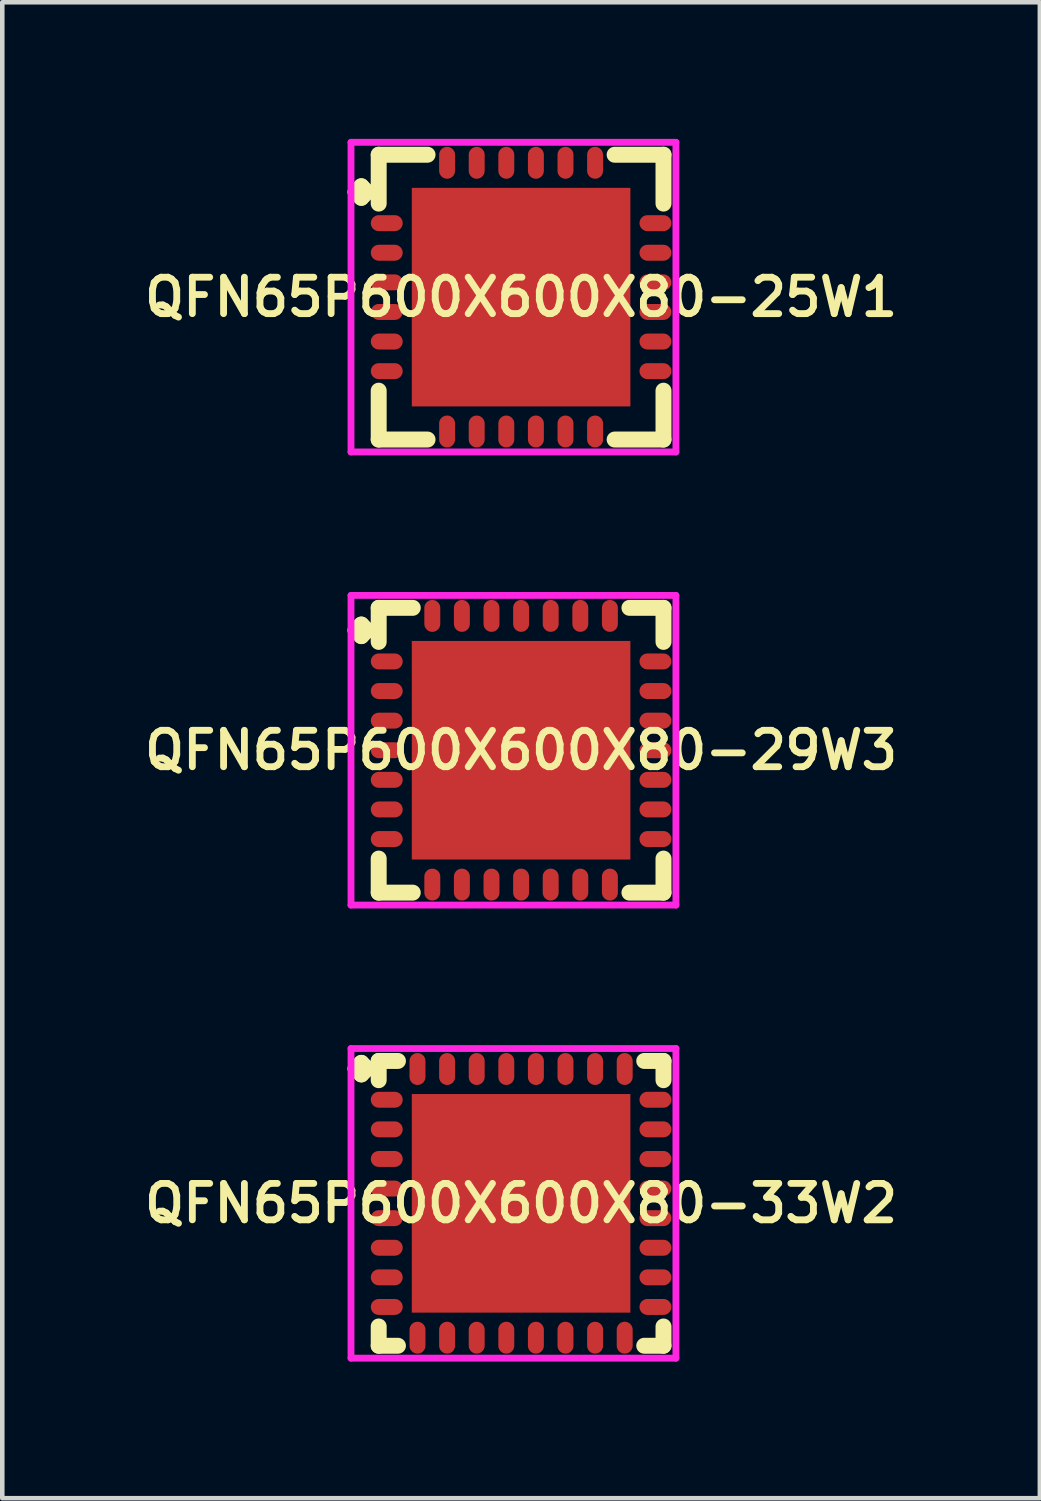
<source format=kicad_pcb>
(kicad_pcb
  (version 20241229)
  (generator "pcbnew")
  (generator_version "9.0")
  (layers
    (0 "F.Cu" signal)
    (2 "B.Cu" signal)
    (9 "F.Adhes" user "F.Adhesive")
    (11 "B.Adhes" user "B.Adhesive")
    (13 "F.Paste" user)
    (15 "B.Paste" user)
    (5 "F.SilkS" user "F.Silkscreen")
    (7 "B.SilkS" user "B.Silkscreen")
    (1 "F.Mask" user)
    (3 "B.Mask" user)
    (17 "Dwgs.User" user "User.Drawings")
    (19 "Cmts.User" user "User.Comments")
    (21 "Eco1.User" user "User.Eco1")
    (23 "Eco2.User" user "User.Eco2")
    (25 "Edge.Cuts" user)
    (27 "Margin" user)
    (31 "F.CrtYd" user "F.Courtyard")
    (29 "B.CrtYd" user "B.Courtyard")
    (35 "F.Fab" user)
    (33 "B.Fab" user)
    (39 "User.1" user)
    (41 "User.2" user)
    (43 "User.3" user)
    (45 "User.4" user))
  (footprint "QFN65P600X600X80-29W3"
    (layer "F.Cu")
    (at 8.393 13.425)
    (property "Reference" "QFN65P600X600X80-29W3" (at 0 0 0) (layer "F.SilkS") (effects (font (size 0.8 0.8) (thickness 0.15))))
    (attr smd)
    (fp_line (start -3.635 -2.633) (end -3.508 -2.76) (stroke (width 0.35) (type solid)) (layer "F.SilkS"))
    (fp_line (start -3.508 -2.76) (end -3.381 -2.633) (stroke (width 0.35) (type solid)) (layer "F.SilkS"))
    (fp_line (start -3.508 -2.506) (end -3.635 -2.633) (stroke (width 0.35) (type solid)) (layer "F.SilkS"))
    (fp_line (start -3.381 -2.633) (end -3.508 -2.506) (stroke (width 0.35) (type solid)) (layer "F.SilkS"))
    (fp_line (start -3.127 -3.127) (end -2.379 -3.127) (stroke (width 0.35) (type solid)) (layer "F.SilkS"))
    (fp_line (start -3.127 -2.379) (end -3.127 -3.127) (stroke (width 0.35) (type solid)) (layer "F.SilkS"))
    (fp_line (start -3.127 2.379) (end -3.127 3.127) (stroke (width 0.35) (type solid)) (layer "F.SilkS"))
    (fp_line (start -3.127 3.127) (end -2.379 3.127) (stroke (width 0.35) (type solid)) (layer "F.SilkS"))
    (fp_line (start 2.379 -3.127) (end 3.127 -3.127) (stroke (width 0.35) (type solid)) (layer "F.SilkS"))
    (fp_line (start 2.379 3.127) (end 3.127 3.127) (stroke (width 0.35) (type solid)) (layer "F.SilkS"))
    (fp_line (start 3.127 -3.127) (end 3.127 -2.379) (stroke (width 0.35) (type solid)) (layer "F.SilkS"))
    (fp_line (start 3.127 3.127) (end 3.127 2.379) (stroke (width 0.35) (type solid)) (layer "F.SilkS"))
    (fp_line (start -3.735 -3.4) (end 3.4 -3.4) (stroke (width 0.15) (type solid)) (layer "F.CrtYd"))
    (fp_line (start -3.735 3.4) (end -3.735 -3.4) (stroke (width 0.15) (type solid)) (layer "F.CrtYd"))
    (fp_line (start 3.4 -3.4) (end 3.4 3.4) (stroke (width 0.15) (type solid)) (layer "F.CrtYd"))
    (fp_line (start 3.4 3.4) (end -3.735 3.4) (stroke (width 0.15) (type solid)) (layer "F.CrtYd"))
    (pad "1" smd oval (at -2.95 -1.95) (size 0.7 0.35) (layers "F.Cu" "F.Mask" "F.Paste"))
    (pad "2" smd oval (at -2.95 -1.3) (size 0.7 0.35) (layers "F.Cu" "F.Mask" "F.Paste"))
    (pad "3" smd oval (at -2.95 -0.65) (size 0.7 0.35) (layers "F.Cu" "F.Mask" "F.Paste"))
    (pad "4" smd oval (at -2.95 0) (size 0.7 0.35) (layers "F.Cu" "F.Mask" "F.Paste"))
    (pad "5" smd oval (at -2.95 0.65) (size 0.7 0.35) (layers "F.Cu" "F.Mask" "F.Paste"))
    (pad "6" smd oval (at -2.95 1.3) (size 0.7 0.35) (layers "F.Cu" "F.Mask" "F.Paste"))
    (pad "7" smd oval (at -2.95 1.95) (size 0.7 0.35) (layers "F.Cu" "F.Mask" "F.Paste"))
    (pad "8" smd oval (at -1.95 2.95) (size 0.35 0.7) (layers "F.Cu" "F.Mask" "F.Paste"))
    (pad "9" smd oval (at -1.3 2.95) (size 0.35 0.7) (layers "F.Cu" "F.Mask" "F.Paste"))
    (pad "10" smd oval (at -0.65 2.95) (size 0.35 0.7) (layers "F.Cu" "F.Mask" "F.Paste"))
    (pad "11" smd oval (at 0 2.95) (size 0.35 0.7) (layers "F.Cu" "F.Mask" "F.Paste"))
    (pad "12" smd oval (at 0.65 2.95) (size 0.35 0.7) (layers "F.Cu" "F.Mask" "F.Paste"))
    (pad "13" smd oval (at 1.3 2.95) (size 0.35 0.7) (layers "F.Cu" "F.Mask" "F.Paste"))
    (pad "14" smd oval (at 1.95 2.95) (size 0.35 0.7) (layers "F.Cu" "F.Mask" "F.Paste"))
    (pad "15" smd oval (at 2.95 1.95) (size 0.7 0.35) (layers "F.Cu" "F.Mask" "F.Paste"))
    (pad "16" smd oval (at 2.95 1.3) (size 0.7 0.35) (layers "F.Cu" "F.Mask" "F.Paste"))
    (pad "17" smd oval (at 2.95 0.65) (size 0.7 0.35) (layers "F.Cu" "F.Mask" "F.Paste"))
    (pad "18" smd oval (at 2.95 0) (size 0.7 0.35) (layers "F.Cu" "F.Mask" "F.Paste"))
    (pad "19" smd oval (at 2.95 -0.65) (size 0.7 0.35) (layers "F.Cu" "F.Mask" "F.Paste"))
    (pad "20" smd oval (at 2.95 -1.3) (size 0.7 0.35) (layers "F.Cu" "F.Mask" "F.Paste"))
    (pad "21" smd oval (at 2.95 -1.95) (size 0.7 0.35) (layers "F.Cu" "F.Mask" "F.Paste"))
    (pad "22" smd oval (at 1.95 -2.95) (size 0.35 0.7) (layers "F.Cu" "F.Mask" "F.Paste"))
    (pad "23" smd oval (at 1.3 -2.95) (size 0.35 0.7) (layers "F.Cu" "F.Mask" "F.Paste"))
    (pad "24" smd oval (at 0.65 -2.95) (size 0.35 0.7) (layers "F.Cu" "F.Mask" "F.Paste"))
    (pad "25" smd oval (at 0 -2.95) (size 0.35 0.7) (layers "F.Cu" "F.Mask" "F.Paste"))
    (pad "26" smd oval (at -0.65 -2.95) (size 0.35 0.7) (layers "F.Cu" "F.Mask" "F.Paste"))
    (pad "27" smd oval (at -1.3 -2.95) (size 0.35 0.7) (layers "F.Cu" "F.Mask" "F.Paste"))
    (pad "28" smd oval (at -1.95 -2.95) (size 0.35 0.7) (layers "F.Cu" "F.Mask" "F.Paste"))
    (pad "29" smd rect (at 0 0) (size 4.8 4.8) (layers "F.Cu" "F.Mask" "F.Paste")))
  (footprint "QFN65P600X600X80-33W2"
    (layer "F.Cu")
    (at 8.393 23.375)
    (property "Reference" "QFN65P600X600X80-33W2" (at 0 0 0) (layer "F.SilkS") (effects (font (size 0.8 0.8) (thickness 0.15))))
    (attr through_hole)
    (fp_line (start -3.635 -2.958) (end -3.508 -3.085) (stroke (width 0.35) (type solid)) (layer "F.SilkS"))
    (fp_line (start -3.508 -3.085) (end -3.381 -2.958) (stroke (width 0.35) (type solid)) (layer "F.SilkS"))
    (fp_line (start -3.508 -2.831) (end -3.635 -2.958) (stroke (width 0.35) (type solid)) (layer "F.SilkS"))
    (fp_line (start -3.381 -2.958) (end -3.508 -2.831) (stroke (width 0.35) (type solid)) (layer "F.SilkS"))
    (fp_line (start -3.127 -3.127) (end -2.704 -3.127) (stroke (width 0.35) (type solid)) (layer "F.SilkS"))
    (fp_line (start -3.127 -2.704) (end -3.127 -3.127) (stroke (width 0.35) (type solid)) (layer "F.SilkS"))
    (fp_line (start -3.127 2.704) (end -3.127 3.127) (stroke (width 0.35) (type solid)) (layer "F.SilkS"))
    (fp_line (start -3.127 3.127) (end -2.704 3.127) (stroke (width 0.35) (type solid)) (layer "F.SilkS"))
    (fp_line (start 2.704 -3.127) (end 3.127 -3.127) (stroke (width 0.35) (type solid)) (layer "F.SilkS"))
    (fp_line (start 2.704 3.127) (end 3.127 3.127) (stroke (width 0.35) (type solid)) (layer "F.SilkS"))
    (fp_line (start 3.127 -3.127) (end 3.127 -2.704) (stroke (width 0.35) (type solid)) (layer "F.SilkS"))
    (fp_line (start 3.127 3.127) (end 3.127 2.704) (stroke (width 0.35) (type solid)) (layer "F.SilkS"))
    (fp_line (start -3.735 -3.4) (end 3.4 -3.4) (stroke (width 0.15) (type solid)) (layer "F.CrtYd"))
    (fp_line (start -3.735 3.4) (end -3.735 -3.4) (stroke (width 0.15) (type solid)) (layer "F.CrtYd"))
    (fp_line (start 3.4 -3.4) (end 3.4 3.4) (stroke (width 0.15) (type solid)) (layer "F.CrtYd"))
    (fp_line (start 3.4 3.4) (end -3.735 3.4) (stroke (width 0.15) (type solid)) (layer "F.CrtYd"))
    (pad "1" smd oval (at -2.95 -2.275) (size 0.7 0.35) (layers "F.Cu" "F.Mask" "F.Paste"))
    (pad "2" smd oval (at -2.95 -1.625) (size 0.7 0.35) (layers "F.Cu" "F.Mask" "F.Paste"))
    (pad "3" smd oval (at -2.95 -0.975) (size 0.7 0.35) (layers "F.Cu" "F.Mask" "F.Paste"))
    (pad "4" smd oval (at -2.95 -0.325) (size 0.7 0.35) (layers "F.Cu" "F.Mask" "F.Paste"))
    (pad "5" smd oval (at -2.95 0.325) (size 0.7 0.35) (layers "F.Cu" "F.Mask" "F.Paste"))
    (pad "6" smd oval (at -2.95 0.975) (size 0.7 0.35) (layers "F.Cu" "F.Mask" "F.Paste"))
    (pad "7" smd oval (at -2.95 1.625) (size 0.7 0.35) (layers "F.Cu" "F.Mask" "F.Paste"))
    (pad "8" smd oval (at -2.95 2.275) (size 0.7 0.35) (layers "F.Cu" "F.Mask" "F.Paste"))
    (pad "9" smd oval (at -2.275 2.95) (size 0.35 0.7) (layers "F.Cu" "F.Mask" "F.Paste"))
    (pad "10" smd oval (at -1.625 2.95) (size 0.35 0.7) (layers "F.Cu" "F.Mask" "F.Paste"))
    (pad "11" smd oval (at -0.975 2.95) (size 0.35 0.7) (layers "F.Cu" "F.Mask" "F.Paste"))
    (pad "12" smd oval (at -0.325 2.95) (size 0.35 0.7) (layers "F.Cu" "F.Mask" "F.Paste"))
    (pad "13" smd oval (at 0.325 2.95) (size 0.35 0.7) (layers "F.Cu" "F.Mask" "F.Paste"))
    (pad "14" smd oval (at 0.975 2.95) (size 0.35 0.7) (layers "F.Cu" "F.Mask" "F.Paste"))
    (pad "15" smd oval (at 1.625 2.95) (size 0.35 0.7) (layers "F.Cu" "F.Mask" "F.Paste"))
    (pad "16" smd oval (at 2.275 2.95) (size 0.35 0.7) (layers "F.Cu" "F.Mask" "F.Paste"))
    (pad "17" smd oval (at 2.95 2.275) (size 0.7 0.35) (layers "F.Cu" "F.Mask" "F.Paste"))
    (pad "18" smd oval (at 2.95 1.625) (size 0.7 0.35) (layers "F.Cu" "F.Mask" "F.Paste"))
    (pad "19" smd oval (at 2.95 0.975) (size 0.7 0.35) (layers "F.Cu" "F.Mask" "F.Paste"))
    (pad "20" smd oval (at 2.95 0.325) (size 0.7 0.35) (layers "F.Cu" "F.Mask" "F.Paste"))
    (pad "21" smd oval (at 2.95 -0.325) (size 0.7 0.35) (layers "F.Cu" "F.Mask" "F.Paste"))
    (pad "22" smd oval (at 2.95 -0.975) (size 0.7 0.35) (layers "F.Cu" "F.Mask" "F.Paste"))
    (pad "23" smd oval (at 2.95 -1.625) (size 0.7 0.35) (layers "F.Cu" "F.Mask" "F.Paste"))
    (pad "24" smd oval (at 2.95 -2.275) (size 0.7 0.35) (layers "F.Cu" "F.Mask" "F.Paste"))
    (pad "25" smd oval (at 2.275 -2.95) (size 0.35 0.7) (layers "F.Cu" "F.Mask" "F.Paste"))
    (pad "26" smd oval (at 1.625 -2.95) (size 0.35 0.7) (layers "F.Cu" "F.Mask" "F.Paste"))
    (pad "27" smd oval (at 0.975 -2.95) (size 0.35 0.7) (layers "F.Cu" "F.Mask" "F.Paste"))
    (pad "28" smd oval (at 0.325 -2.95) (size 0.35 0.7) (layers "F.Cu" "F.Mask" "F.Paste"))
    (pad "29" smd oval (at -0.325 -2.95) (size 0.35 0.7) (layers "F.Cu" "F.Mask" "F.Paste"))
    (pad "30" smd oval (at -0.975 -2.95) (size 0.35 0.7) (layers "F.Cu" "F.Mask" "F.Paste"))
    (pad "31" smd oval (at -1.625 -2.95) (size 0.35 0.7) (layers "F.Cu" "F.Mask" "F.Paste"))
    (pad "32" smd oval (at -2.275 -2.95) (size 0.35 0.7) (layers "F.Cu" "F.Mask" "F.Paste"))
    (pad "33" smd rect (at 0 0) (size 4.8 4.8) (layers "F.Cu" "F.Mask" "F.Paste")))
  (footprint "QFN65P600X600X80-25W1"
    (layer "F.Cu")
    (at 8.393 3.475)
    (property "Reference" "QFN65P600X600X80-25W1" (at 0 0 0) (layer "F.SilkS") (effects (font (size 0.8 0.8) (thickness 0.15))))
    (attr smd)
    (fp_line (start -3.635 -2.308) (end -3.508 -2.435) (stroke (width 0.35) (type solid)) (layer "F.SilkS"))
    (fp_line (start -3.508 -2.435) (end -3.381 -2.308) (stroke (width 0.35) (type solid)) (layer "F.SilkS"))
    (fp_line (start -3.508 -2.181) (end -3.635 -2.308) (stroke (width 0.35) (type solid)) (layer "F.SilkS"))
    (fp_line (start -3.381 -2.308) (end -3.508 -2.181) (stroke (width 0.35) (type solid)) (layer "F.SilkS"))
    (fp_line (start -3.127 -3.127) (end -2.054 -3.127) (stroke (width 0.35) (type solid)) (layer "F.SilkS"))
    (fp_line (start -3.127 -2.054) (end -3.127 -3.127) (stroke (width 0.35) (type solid)) (layer "F.SilkS"))
    (fp_line (start -3.127 2.054) (end -3.127 3.127) (stroke (width 0.35) (type solid)) (layer "F.SilkS"))
    (fp_line (start -3.127 3.127) (end -2.054 3.127) (stroke (width 0.35) (type solid)) (layer "F.SilkS"))
    (fp_line (start 2.054 -3.127) (end 3.127 -3.127) (stroke (width 0.35) (type solid)) (layer "F.SilkS"))
    (fp_line (start 2.054 3.127) (end 3.127 3.127) (stroke (width 0.35) (type solid)) (layer "F.SilkS"))
    (fp_line (start 3.127 -3.127) (end 3.127 -2.054) (stroke (width 0.35) (type solid)) (layer "F.SilkS"))
    (fp_line (start 3.127 3.127) (end 3.127 2.054) (stroke (width 0.35) (type solid)) (layer "F.SilkS"))
    (fp_line (start -3.735 -3.4) (end 3.4 -3.4) (stroke (width 0.15) (type solid)) (layer "F.CrtYd"))
    (fp_line (start -3.735 3.4) (end -3.735 -3.4) (stroke (width 0.15) (type solid)) (layer "F.CrtYd"))
    (fp_line (start 3.4 -3.4) (end 3.4 3.4) (stroke (width 0.15) (type solid)) (layer "F.CrtYd"))
    (fp_line (start 3.4 3.4) (end -3.735 3.4) (stroke (width 0.15) (type solid)) (layer "F.CrtYd"))
    (pad "1" smd oval (at -2.95 -1.625) (size 0.7 0.35) (layers "F.Cu" "F.Mask" "F.Paste"))
    (pad "2" smd oval (at -2.95 -0.975) (size 0.7 0.35) (layers "F.Cu" "F.Mask" "F.Paste"))
    (pad "3" smd oval (at -2.95 -0.325) (size 0.7 0.35) (layers "F.Cu" "F.Mask" "F.Paste"))
    (pad "4" smd oval (at -2.95 0.325) (size 0.7 0.35) (layers "F.Cu" "F.Mask" "F.Paste"))
    (pad "5" smd oval (at -2.95 0.975) (size 0.7 0.35) (layers "F.Cu" "F.Mask" "F.Paste"))
    (pad "6" smd oval (at -2.95 1.625) (size 0.7 0.35) (layers "F.Cu" "F.Mask" "F.Paste"))
    (pad "7" smd oval (at -1.625 2.95) (size 0.35 0.7) (layers "F.Cu" "F.Mask" "F.Paste"))
    (pad "8" smd oval (at -0.975 2.95) (size 0.35 0.7) (layers "F.Cu" "F.Mask" "F.Paste"))
    (pad "9" smd oval (at -0.325 2.95) (size 0.35 0.7) (layers "F.Cu" "F.Mask" "F.Paste"))
    (pad "10" smd oval (at 0.325 2.95) (size 0.35 0.7) (layers "F.Cu" "F.Mask" "F.Paste"))
    (pad "11" smd oval (at 0.975 2.95) (size 0.35 0.7) (layers "F.Cu" "F.Mask" "F.Paste"))
    (pad "12" smd oval (at 1.625 2.95) (size 0.35 0.7) (layers "F.Cu" "F.Mask" "F.Paste"))
    (pad "13" smd oval (at 2.95 1.625) (size 0.7 0.35) (layers "F.Cu" "F.Mask" "F.Paste"))
    (pad "14" smd oval (at 2.95 0.975) (size 0.7 0.35) (layers "F.Cu" "F.Mask" "F.Paste"))
    (pad "15" smd oval (at 2.95 0.325) (size 0.7 0.35) (layers "F.Cu" "F.Mask" "F.Paste"))
    (pad "16" smd oval (at 2.95 -0.325) (size 0.7 0.35) (layers "F.Cu" "F.Mask" "F.Paste"))
    (pad "17" smd oval (at 2.95 -0.975) (size 0.7 0.35) (layers "F.Cu" "F.Mask" "F.Paste"))
    (pad "18" smd oval (at 2.95 -1.625) (size 0.7 0.35) (layers "F.Cu" "F.Mask" "F.Paste"))
    (pad "19" smd oval (at 1.625 -2.95) (size 0.35 0.7) (layers "F.Cu" "F.Mask" "F.Paste"))
    (pad "20" smd oval (at 0.975 -2.95) (size 0.35 0.7) (layers "F.Cu" "F.Mask" "F.Paste"))
    (pad "21" smd oval (at 0.325 -2.95) (size 0.35 0.7) (layers "F.Cu" "F.Mask" "F.Paste"))
    (pad "22" smd oval (at -0.325 -2.95) (size 0.35 0.7) (layers "F.Cu" "F.Mask" "F.Paste"))
    (pad "23" smd oval (at -0.975 -2.95) (size 0.35 0.7) (layers "F.Cu" "F.Mask" "F.Paste"))
    (pad "24" smd oval (at -1.625 -2.95) (size 0.35 0.7) (layers "F.Cu" "F.Mask" "F.Paste"))
    (pad "25" smd rect (at 0 0) (size 4.8 4.8) (layers "F.Cu" "F.Mask" "F.Paste")))
  (gr_rect
    (start -3 -3)
    (end 19.785 29.85)
    (stroke (width 0.1) (type default))
    (fill no)
    (layer "Edge.Cuts")))
</source>
